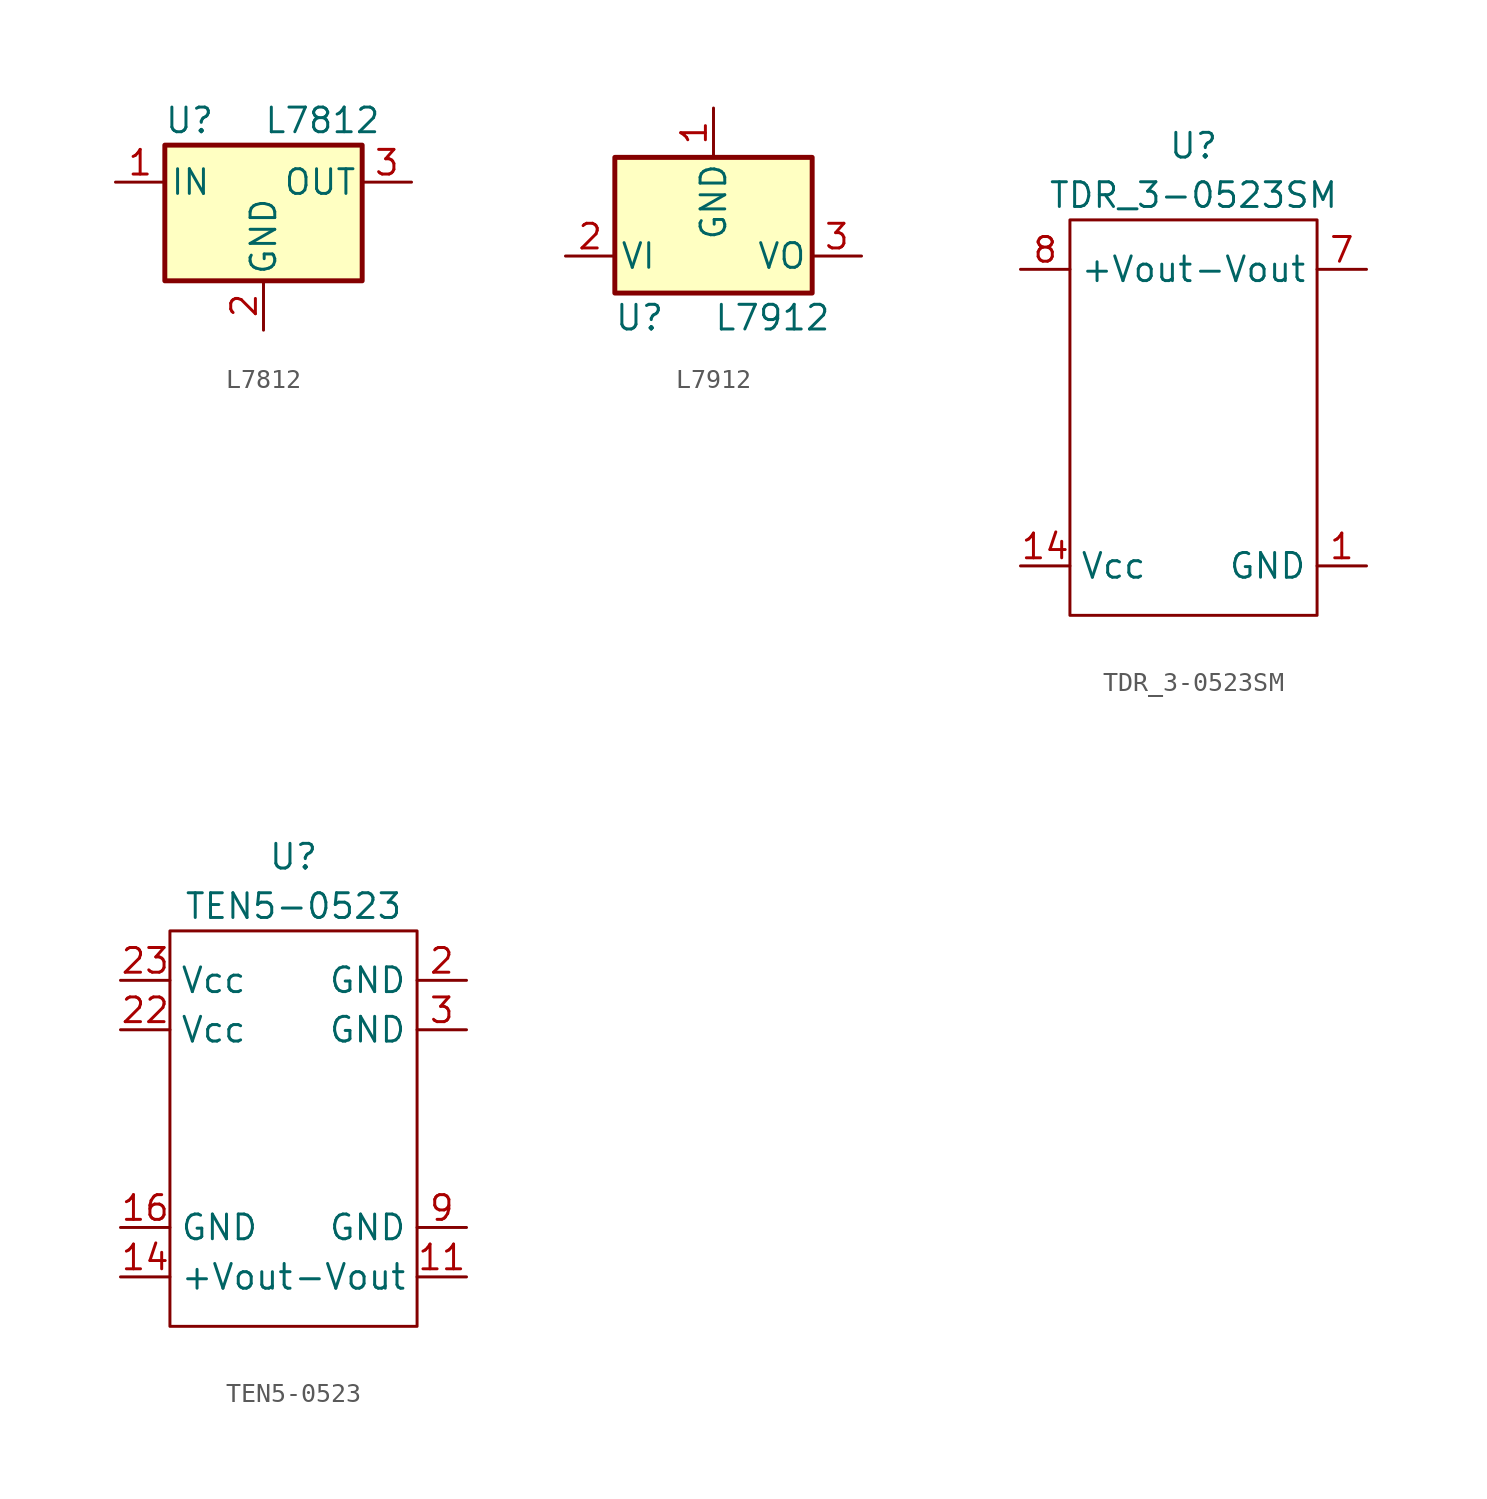
<source format=kicad_sym>
(kicad_symbol_lib
  (version 20211014)
  (generator kicad_symbol_editor)
  (symbol "L7812"
    (pin_names
      (offset 0.254))
    (property "Reference" "U"
      (at -3.81 3.175 0)
      (effects (font (size 1.27 1.27))))
    (property "Value" "L7812"
      (at 0 3.175 0)
      (effects (font (size 1.27 1.27)) (justify left)))
    (symbol "L7812_0_1"
      (rectangle (start -5.08 1.905) (end 5.08 -5.08) (stroke (width 0.254) (type default) (color 0 0 0 0)) (fill (type background))))
    (symbol "L7812_1_1"
      (pin power_in line (at -7.62 0 0) (length 2.54) (name "IN" (effects (font (size 1.27 1.27)))) (number "1" (effects (font (size 1.27 1.27)))))
      (pin power_in line (at 0 -7.62 90) (length 2.54) (name "GND" (effects (font (size 1.27 1.27)))) (number "2" (effects (font (size 1.27 1.27)))))
      (pin power_out line (at 7.62 0 180) (length 2.54) (name "OUT" (effects (font (size 1.27 1.27)))) (number "3" (effects (font (size 1.27 1.27)))))))
  (symbol "L7912"
    (pin_names
      (offset 0.254))
    (property "Reference" "U"
      (at -3.81 -3.175 0)
      (effects (font (size 1.27 1.27))))
    (property "Value" "L7912"
      (at 0 -3.175 0)
      (effects (font (size 1.27 1.27)) (justify left)))
    (symbol "L7912_0_1"
      (rectangle (start -5.08 5.08) (end 5.08 -1.905) (stroke (width 0.254) (type default) (color 0 0 0 0)) (fill (type background))))
    (symbol "L7912_1_1"
      (pin power_in line (at 0 7.62 270) (length 2.54) (name "GND" (effects (font (size 1.27 1.27)))) (number "1" (effects (font (size 1.27 1.27)))))
      (pin power_in line (at -7.62 0 0) (length 2.54) (name "VI" (effects (font (size 1.27 1.27)))) (number "2" (effects (font (size 1.27 1.27)))))
      (pin power_out line (at 7.62 0 180) (length 2.54) (name "VO" (effects (font (size 1.27 1.27)))) (number "3" (effects (font (size 1.27 1.27)))))))
  (symbol "TDR_3-0523SM"
    (property "Reference" "U"
      (at 0 2.54 0)
      (effects (font (size 1.27 1.27))))
    (property "Value" "TDR_3-0523SM"
      (at 0 0 0)
      (effects (font (size 1.27 1.27))))
    (symbol "TDR_3-0523SM_0_1"
      (rectangle (start -6.35 -1.27) (end 6.35 -21.59) (stroke (width 0) (type default) (color 0 0 0 0)) (fill (type none))))
    (symbol "TDR_3-0523SM_1_1"
      (pin power_in line (at 8.89 -19.05 180) (length 2.54) (name "GND" (effects (font (size 1.27 1.27)))) (number "1" (effects (font (size 1.27 1.27)))))
      (pin power_in line (at -8.89 -19.05 0) (length 2.54) (name "Vcc" (effects (font (size 1.27 1.27)))) (number "14" (effects (font (size 1.27 1.27)))))
      (pin no_connect line (at 8.89 -16.51 180) (length 2.54) hide (name "Remote_On_Off" (effects (font (size 1.27 1.27)))) (number "2" (effects (font (size 1.27 1.27)))))
      (pin no_connect line (at 8.89 -6.35 180) (length 2.54) hide (name "Common" (effects (font (size 1.27 1.27)))) (number "6" (effects (font (size 1.27 1.27)))))
      (pin power_out line (at 8.89 -3.81 180) (length 2.54) (name "-Vout" (effects (font (size 1.27 1.27)))) (number "7" (effects (font (size 1.27 1.27)))))
      (pin power_out line (at -8.89 -3.81 0) (length 2.54) (name "+Vout" (effects (font (size 1.27 1.27)))) (number "8" (effects (font (size 1.27 1.27)))))
      (pin no_connect line (at -8.89 -6.35 0) (length 2.54) hide (name "Common" (effects (font (size 1.27 1.27)))) (number "9" (effects (font (size 1.27 1.27)))))))
  (symbol "TEN5-0523"
    (property "Reference" "U"
      (at 0 2.54 0)
      (effects (font (size 1.27 1.27))))
    (property "Value" "TEN5-0523"
      (at 0 0 0)
      (effects (font (size 1.27 1.27))))
    (symbol "TEN5-0523_0_1"
      (rectangle (start -6.35 -1.27) (end 6.35 -21.59) (stroke (width 0) (type default) (color 0 0 0 0)) (fill (type none))))
    (symbol "TEN5-0523_1_1"
      (pin power_out line (at 8.89 -19.05 180) (length 2.54) (name "-Vout" (effects (font (size 1.27 1.27)))) (number "11" (effects (font (size 1.27 1.27)))))
      (pin power_out line (at -8.89 -19.05 0) (length 2.54) (name "+Vout" (effects (font (size 1.27 1.27)))) (number "14" (effects (font (size 1.27 1.27)))))
      (pin power_out line (at -8.89 -16.51 0) (length 2.54) (name "GND" (effects (font (size 1.27 1.27)))) (number "16" (effects (font (size 1.27 1.27)))))
      (pin power_in line (at 8.89 -3.81 180) (length 2.54) (name "GND" (effects (font (size 1.27 1.27)))) (number "2" (effects (font (size 1.27 1.27)))))
      (pin power_in line (at -8.89 -6.35 0) (length 2.54) (name "Vcc" (effects (font (size 1.27 1.27)))) (number "22" (effects (font (size 1.27 1.27)))))
      (pin power_in line (at -8.89 -3.81 0) (length 2.54) (name "Vcc" (effects (font (size 1.27 1.27)))) (number "23" (effects (font (size 1.27 1.27)))))
      (pin power_in line (at 8.89 -6.35 180) (length 2.54) (name "GND" (effects (font (size 1.27 1.27)))) (number "3" (effects (font (size 1.27 1.27)))))
      (pin power_out line (at 8.89 -16.51 180) (length 2.54) (name "GND" (effects (font (size 1.27 1.27)))) (number "9" (effects (font (size 1.27 1.27))))))))
</source>
